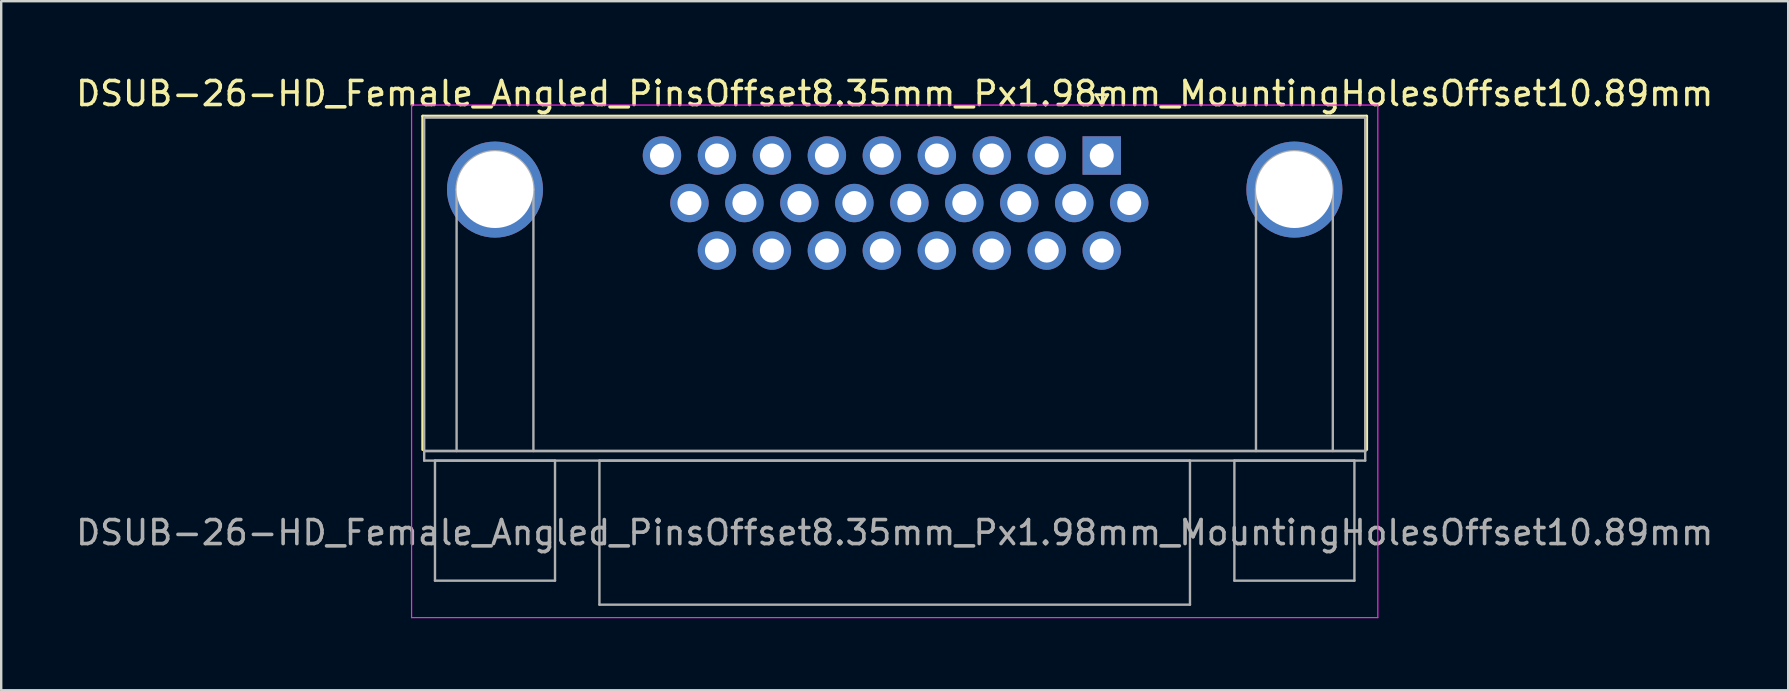
<source format=kicad_pcb>
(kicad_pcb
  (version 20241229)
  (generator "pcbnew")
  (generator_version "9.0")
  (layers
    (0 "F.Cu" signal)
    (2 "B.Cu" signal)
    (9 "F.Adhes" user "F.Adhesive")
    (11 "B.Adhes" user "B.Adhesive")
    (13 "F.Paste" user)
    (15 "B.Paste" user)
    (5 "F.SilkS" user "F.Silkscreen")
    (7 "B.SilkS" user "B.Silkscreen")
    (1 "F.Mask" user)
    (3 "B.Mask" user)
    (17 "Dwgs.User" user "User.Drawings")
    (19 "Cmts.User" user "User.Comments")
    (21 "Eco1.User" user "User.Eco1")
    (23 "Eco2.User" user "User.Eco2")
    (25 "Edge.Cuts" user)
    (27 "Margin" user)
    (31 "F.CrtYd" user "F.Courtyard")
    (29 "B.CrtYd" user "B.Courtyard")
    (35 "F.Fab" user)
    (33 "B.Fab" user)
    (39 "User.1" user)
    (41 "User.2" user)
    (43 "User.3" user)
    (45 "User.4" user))
  (footprint "DSUB-26-HD_Female_Angled_PinsOffset8.35mm_Px1.98mm_MountingHolesOffset10.89mm"
    (layer "F.Cu")
    (at 42.845 3.428)
    (property "Reference" "DSUB-26-HD_Female_Angled_PinsOffset8.35mm_Px1.98mm_MountingHolesOffset10.89mm" (at -8.625 -2.58 0) (layer "F.SilkS") (effects (font (size 1 1) (thickness 0.15))))
    (attr through_hole)
    (fp_line (start -28.285 -1.64) (end 11.035 -1.64) (stroke (width 0.12) (type solid)) (layer "F.SilkS"))
    (fp_line (start -28.285 12.25) (end -28.285 -1.64) (stroke (width 0.12) (type solid)) (layer "F.SilkS"))
    (fp_line (start -0.25 -2.534) (end 0.25 -2.534) (stroke (width 0.12) (type solid)) (layer "F.SilkS"))
    (fp_line (start 0 -2.101) (end -0.25 -2.534) (stroke (width 0.12) (type solid)) (layer "F.SilkS"))
    (fp_line (start 0.25 -2.534) (end 0 -2.101) (stroke (width 0.12) (type solid)) (layer "F.SilkS"))
    (fp_line (start 11.035 -1.64) (end 11.035 12.25) (stroke (width 0.12) (type solid)) (layer "F.SilkS"))
    (fp_line (start -28.75 -2.1) (end -28.75 19.25) (stroke (width 0.05) (type solid)) (layer "F.CrtYd"))
    (fp_line (start -28.75 19.25) (end 11.5 19.25) (stroke (width 0.05) (type solid)) (layer "F.CrtYd"))
    (fp_line (start 11.5 -2.1) (end -28.75 -2.1) (stroke (width 0.05) (type solid)) (layer "F.CrtYd"))
    (fp_line (start 11.5 19.25) (end 11.5 -2.1) (stroke (width 0.05) (type solid)) (layer "F.CrtYd"))
    (fp_line (start -28.225 -1.58) (end -28.225 12.31) (stroke (width 0.1) (type solid)) (layer "F.Fab"))
    (fp_line (start -28.225 12.31) (end -28.225 12.71) (stroke (width 0.1) (type solid)) (layer "F.Fab"))
    (fp_line (start -28.225 12.31) (end 10.975 12.31) (stroke (width 0.1) (type solid)) (layer "F.Fab"))
    (fp_line (start -28.225 12.71) (end 10.975 12.71) (stroke (width 0.1) (type solid)) (layer "F.Fab"))
    (fp_line (start -27.775 12.71) (end -27.775 17.71) (stroke (width 0.1) (type solid)) (layer "F.Fab"))
    (fp_line (start -27.775 17.71) (end -22.775 17.71) (stroke (width 0.1) (type solid)) (layer "F.Fab"))
    (fp_line (start -26.875 12.31) (end -26.875 1.42) (stroke (width 0.1) (type solid)) (layer "F.Fab"))
    (fp_line (start -23.675 12.31) (end -23.675 1.42) (stroke (width 0.1) (type solid)) (layer "F.Fab"))
    (fp_line (start -22.775 12.71) (end -27.775 12.71) (stroke (width 0.1) (type solid)) (layer "F.Fab"))
    (fp_line (start -22.775 17.71) (end -22.775 12.71) (stroke (width 0.1) (type solid)) (layer "F.Fab"))
    (fp_line (start -20.925 12.71) (end -20.925 18.71) (stroke (width 0.1) (type solid)) (layer "F.Fab"))
    (fp_line (start -20.925 18.71) (end 3.675 18.71) (stroke (width 0.1) (type solid)) (layer "F.Fab"))
    (fp_line (start 3.675 12.71) (end -20.925 12.71) (stroke (width 0.1) (type solid)) (layer "F.Fab"))
    (fp_line (start 3.675 18.71) (end 3.675 12.71) (stroke (width 0.1) (type solid)) (layer "F.Fab"))
    (fp_line (start 5.525 12.71) (end 5.525 17.71) (stroke (width 0.1) (type solid)) (layer "F.Fab"))
    (fp_line (start 5.525 17.71) (end 10.525 17.71) (stroke (width 0.1) (type solid)) (layer "F.Fab"))
    (fp_line (start 6.425 12.31) (end 6.425 1.42) (stroke (width 0.1) (type solid)) (layer "F.Fab"))
    (fp_line (start 9.625 12.31) (end 9.625 1.42) (stroke (width 0.1) (type solid)) (layer "F.Fab"))
    (fp_line (start 10.525 12.71) (end 5.525 12.71) (stroke (width 0.1) (type solid)) (layer "F.Fab"))
    (fp_line (start 10.525 17.71) (end 10.525 12.71) (stroke (width 0.1) (type solid)) (layer "F.Fab"))
    (fp_line (start 10.975 -1.58) (end -28.225 -1.58) (stroke (width 0.1) (type solid)) (layer "F.Fab"))
    (fp_line (start 10.975 12.31) (end -28.225 12.31) (stroke (width 0.1) (type solid)) (layer "F.Fab"))
    (fp_line (start 10.975 12.31) (end 10.975 -1.58) (stroke (width 0.1) (type solid)) (layer "F.Fab"))
    (fp_line (start 10.975 12.71) (end 10.975 12.31) (stroke (width 0.1) (type solid)) (layer "F.Fab"))
    (fp_arc (start -26.875 1.42) (mid -25.275 -0.18) (end -23.675 1.42) (stroke (width 0.1) (type solid)) (layer "F.Fab"))
    (fp_arc (start 6.425 1.42) (mid 8.025 -0.18) (end 9.625 1.42) (stroke (width 0.1) (type solid)) (layer "F.Fab"))
    (fp_text user "${REFERENCE}" (at -8.625 15.71 0) (layer "F.Fab") (effects (font (size 1 1) (thickness 0.15))))
    (pad "0" thru_hole circle (at -25.275 1.42) (size 4 4) (drill 3.2) (layers "*.Cu" "*.Mask"))
    (pad "0" thru_hole circle (at 8.025 1.42) (size 4 4) (drill 3.2) (layers "*.Cu" "*.Mask"))
    (pad "1" thru_hole rect (at 0 0) (size 1.6 1.6) (drill 1) (layers "*.Cu" "*.Mask"))
    (pad "2" thru_hole circle (at -2.29 0) (size 1.6 1.6) (drill 1) (layers "*.Cu" "*.Mask"))
    (pad "3" thru_hole circle (at -4.58 0) (size 1.6 1.6) (drill 1) (layers "*.Cu" "*.Mask"))
    (pad "4" thru_hole circle (at -6.87 0) (size 1.6 1.6) (drill 1) (layers "*.Cu" "*.Mask"))
    (pad "5" thru_hole circle (at -9.16 0) (size 1.6 1.6) (drill 1) (layers "*.Cu" "*.Mask"))
    (pad "6" thru_hole circle (at -11.45 0) (size 1.6 1.6) (drill 1) (layers "*.Cu" "*.Mask"))
    (pad "7" thru_hole circle (at -13.74 0) (size 1.6 1.6) (drill 1) (layers "*.Cu" "*.Mask"))
    (pad "8" thru_hole circle (at -16.03 0) (size 1.6 1.6) (drill 1) (layers "*.Cu" "*.Mask"))
    (pad "9" thru_hole circle (at -18.32 0) (size 1.6 1.6) (drill 1) (layers "*.Cu" "*.Mask"))
    (pad "10" thru_hole circle (at 1.145 1.98) (size 1.6 1.6) (drill 1) (layers "*.Cu" "*.Mask"))
    (pad "11" thru_hole circle (at -1.145 1.98) (size 1.6 1.6) (drill 1) (layers "*.Cu" "*.Mask"))
    (pad "12" thru_hole circle (at -3.435 1.98) (size 1.6 1.6) (drill 1) (layers "*.Cu" "*.Mask"))
    (pad "13" thru_hole circle (at -5.725 1.98) (size 1.6 1.6) (drill 1) (layers "*.Cu" "*.Mask"))
    (pad "14" thru_hole circle (at -8.015 1.98) (size 1.6 1.6) (drill 1) (layers "*.Cu" "*.Mask"))
    (pad "15" thru_hole circle (at -10.305 1.98) (size 1.6 1.6) (drill 1) (layers "*.Cu" "*.Mask"))
    (pad "16" thru_hole circle (at -12.595 1.98) (size 1.6 1.6) (drill 1) (layers "*.Cu" "*.Mask"))
    (pad "17" thru_hole circle (at -14.885 1.98) (size 1.6 1.6) (drill 1) (layers "*.Cu" "*.Mask"))
    (pad "18" thru_hole circle (at -17.175 1.98) (size 1.6 1.6) (drill 1) (layers "*.Cu" "*.Mask"))
    (pad "19" thru_hole circle (at 0 3.96) (size 1.6 1.6) (drill 1) (layers "*.Cu" "*.Mask"))
    (pad "20" thru_hole circle (at -2.29 3.96) (size 1.6 1.6) (drill 1) (layers "*.Cu" "*.Mask"))
    (pad "21" thru_hole circle (at -4.58 3.96) (size 1.6 1.6) (drill 1) (layers "*.Cu" "*.Mask"))
    (pad "22" thru_hole circle (at -6.87 3.96) (size 1.6 1.6) (drill 1) (layers "*.Cu" "*.Mask"))
    (pad "23" thru_hole circle (at -9.16 3.96) (size 1.6 1.6) (drill 1) (layers "*.Cu" "*.Mask"))
    (pad "24" thru_hole circle (at -11.45 3.96) (size 1.6 1.6) (drill 1) (layers "*.Cu" "*.Mask"))
    (pad "25" thru_hole circle (at -13.74 3.96) (size 1.6 1.6) (drill 1) (layers "*.Cu" "*.Mask"))
    (pad "26" thru_hole circle (at -16.03 3.96) (size 1.6 1.6) (drill 1) (layers "*.Cu" "*.Mask")))
  (gr_rect
    (start -3 -3)
    (end 71.44 25.703)
    (stroke (width 0.1) (type default))
    (fill no)
    (layer "Edge.Cuts")))
</source>
